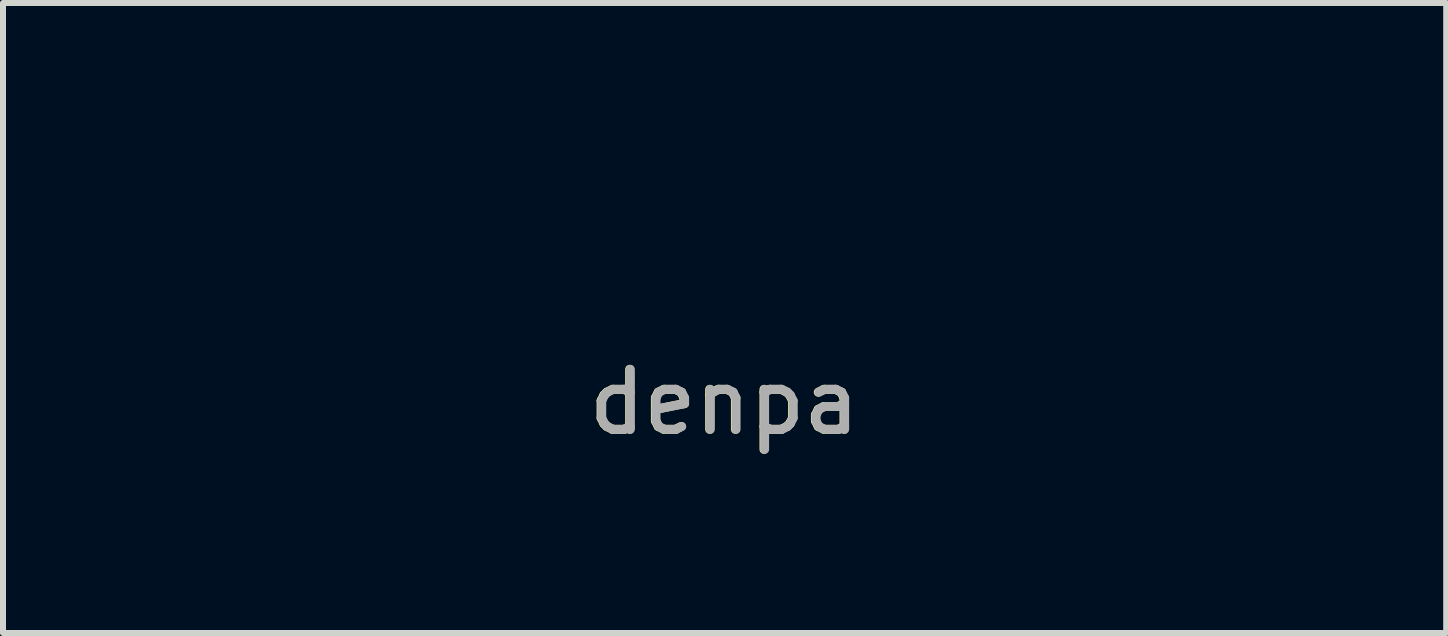
<source format=kicad_pcb>
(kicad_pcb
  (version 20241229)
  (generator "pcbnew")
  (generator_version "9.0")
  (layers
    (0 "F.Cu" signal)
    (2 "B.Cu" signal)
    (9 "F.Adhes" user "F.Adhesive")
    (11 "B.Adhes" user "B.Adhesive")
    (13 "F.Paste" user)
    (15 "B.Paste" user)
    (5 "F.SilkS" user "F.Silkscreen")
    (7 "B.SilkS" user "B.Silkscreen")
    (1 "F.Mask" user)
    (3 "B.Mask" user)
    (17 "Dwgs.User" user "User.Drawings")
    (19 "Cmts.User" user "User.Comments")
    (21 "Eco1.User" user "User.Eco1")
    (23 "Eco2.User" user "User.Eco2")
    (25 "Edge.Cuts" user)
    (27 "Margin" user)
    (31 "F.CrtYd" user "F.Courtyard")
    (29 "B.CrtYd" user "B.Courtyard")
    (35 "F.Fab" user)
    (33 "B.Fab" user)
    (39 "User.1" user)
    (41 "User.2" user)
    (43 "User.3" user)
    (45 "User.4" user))
  (footprint "denpa"
    (layer "F.Cu")
    (at 9.025 1.15)
    (property "Reference" "denpa" (at -0.01 2.5 0) (unlocked yes) (layer "F.SilkS") (effects (font (size 1 1) (thickness 0.15))))
    (fp_line (start -8.875 -1) (end -7.125 -1) (stroke (width 0.3) (type solid)) (layer "F.Mask"))
    (fp_line (start -8.875 1) (end -7.125 1) (stroke (width 0.3) (type solid)) (layer "F.Mask"))
    (fp_line (start -2.375 -1) (end -4.125 -1) (stroke (width 0.3) (type solid)) (layer "F.Mask"))
    (fp_line (start -2.375 0) (end -4 0) (stroke (width 0.3) (type solid)) (layer "F.Mask"))
    (fp_line (start -2.375 1) (end -4.125 1) (stroke (width 0.3) (type solid)) (layer "F.Mask"))
    (fp_line (start -1.375 1) (end -1.375 0.375) (stroke (width 0.3) (type solid)) (layer "F.Mask"))
    (fp_line (start 1.375 1) (end 1.375 0.375) (stroke (width 0.3) (type solid)) (layer "F.Mask"))
    (fp_line (start 2.375 -1) (end 4.625 -1) (stroke (width 0.3) (type solid)) (layer "F.Mask"))
    (fp_line (start 2.375 0) (end 2.375 1) (stroke (width 0.3) (type solid)) (layer "F.Mask"))
    (fp_line (start 2.375 0) (end 4.625 0) (stroke (width 0.3) (type solid)) (layer "F.Mask"))
    (fp_line (start 6.125 0.375) (end 6.125 1) (stroke (width 0.3) (type solid)) (layer "F.Mask"))
    (fp_line (start 7 0.25) (end 8 0.25) (stroke (width 0.3) (type solid)) (layer "F.Mask"))
    (fp_line (start 8.875 0.375) (end 8.875 1) (stroke (width 0.3) (type solid)) (layer "F.Mask"))
    (fp_arc (start -7.125 -1) (mid -6.125 0) (end -7.125 1) (stroke (width 0.3) (type solid)) (layer "F.Mask"))
    (fp_arc (start -4.125 1) (mid -5.125 0) (end -4.125 -1) (stroke (width 0.3) (type solid)) (layer "F.Mask"))
    (fp_arc (start -1.375 0.375) (mid 0 -1) (end 1.375 0.375) (stroke (width 0.3) (type solid)) (layer "F.Mask"))
    (fp_arc (start 4.625 -1) (mid 5.125 -0.5) (end 4.625 0) (stroke (width 0.3) (type solid)) (layer "F.Mask"))
    (fp_arc (start 6.125 0.375) (mid 7.5 -1) (end 8.875 0.375) (stroke (width 0.3) (type solid)) (layer "F.Mask"))
    (fp_text user "${REFERENCE}" (at 0 2.5 0) (unlocked yes) (layer "F.Fab") (effects (font (size 1 1) (thickness 0.15)))))
  (gr_rect
    (start -3 -3)
    (end 21.05 7.498)
    (stroke (width 0.1) (type default))
    (fill no)
    (layer "Edge.Cuts")))
</source>
